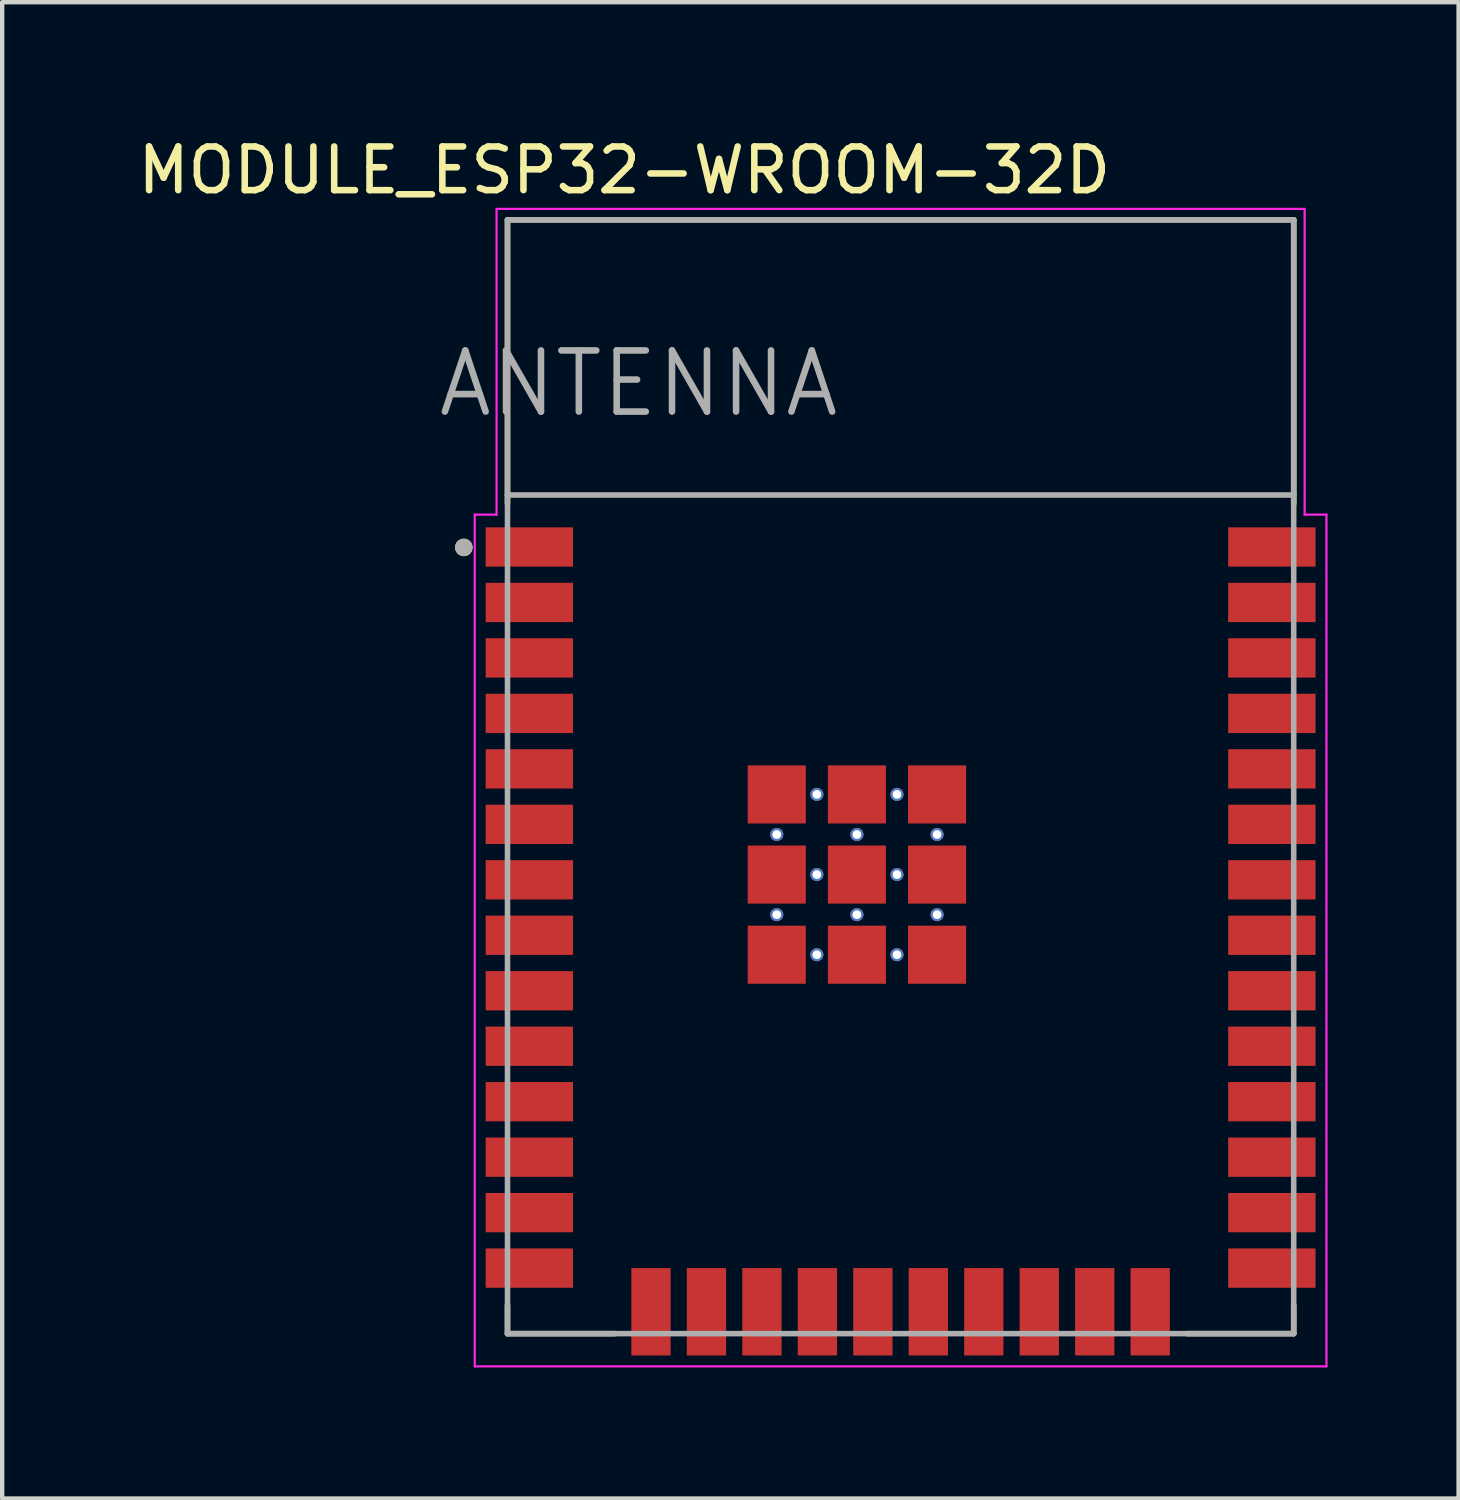
<source format=kicad_pcb>
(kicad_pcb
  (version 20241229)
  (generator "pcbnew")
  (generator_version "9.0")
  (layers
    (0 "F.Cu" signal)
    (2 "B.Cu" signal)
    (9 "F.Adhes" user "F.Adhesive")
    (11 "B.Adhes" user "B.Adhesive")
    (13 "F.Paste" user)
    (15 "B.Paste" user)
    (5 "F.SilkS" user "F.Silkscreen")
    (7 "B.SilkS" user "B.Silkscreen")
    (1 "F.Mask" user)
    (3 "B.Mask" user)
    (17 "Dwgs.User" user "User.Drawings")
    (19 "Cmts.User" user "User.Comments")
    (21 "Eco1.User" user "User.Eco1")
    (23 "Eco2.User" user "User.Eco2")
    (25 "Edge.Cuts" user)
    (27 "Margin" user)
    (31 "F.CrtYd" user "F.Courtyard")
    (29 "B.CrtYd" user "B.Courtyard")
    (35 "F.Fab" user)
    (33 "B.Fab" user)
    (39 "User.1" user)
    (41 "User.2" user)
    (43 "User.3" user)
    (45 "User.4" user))
  (footprint "MODULE_ESP32-WROOM-32D"
    (layer "F.Cu")
    (at 17.569 14.733)
    (property "Reference" "MODULE_ESP32-WROOM-32D" (at -6.325 -13.885 0) (layer "F.SilkS") (effects (font (size 1 1) (thickness 0.15))))
    (attr smd)
    (fp_line (start -9 -12.75) (end 9 -12.75) (stroke (width 0.127) (type solid)) (layer "F.SilkS"))
    (fp_line (start -9 -6.25) (end -9 -12.75) (stroke (width 0.127) (type solid)) (layer "F.SilkS"))
    (fp_line (start -9 12.1) (end -9 12.75) (stroke (width 0.127) (type solid)) (layer "F.SilkS"))
    (fp_line (start -9 12.75) (end -6.55 12.75) (stroke (width 0.127) (type solid)) (layer "F.SilkS"))
    (fp_line (start 6.55 12.75) (end 9 12.75) (stroke (width 0.127) (type solid)) (layer "F.SilkS"))
    (fp_line (start 9 -12.75) (end 9 -6.25) (stroke (width 0.127) (type solid)) (layer "F.SilkS"))
    (fp_line (start 9 12.75) (end 9 12.1) (stroke (width 0.127) (type solid)) (layer "F.SilkS"))
    (fp_circle (center -10 -5.25) (end -9.9 -5.25) (stroke (width 0.2) (type solid)) (fill no) (layer "F.SilkS"))
    (fp_line (start -9.75 -6) (end -9.25 -6) (stroke (width 0.05) (type solid)) (layer "F.CrtYd"))
    (fp_line (start -9.75 13.5) (end -9.75 -6) (stroke (width 0.05) (type solid)) (layer "F.CrtYd"))
    (fp_line (start -9.25 -13) (end 9.25 -13) (stroke (width 0.05) (type solid)) (layer "F.CrtYd"))
    (fp_line (start -9.25 -6) (end -9.25 -13) (stroke (width 0.05) (type solid)) (layer "F.CrtYd"))
    (fp_line (start 9.25 -13) (end 9.25 -6) (stroke (width 0.05) (type solid)) (layer "F.CrtYd"))
    (fp_line (start 9.25 -6) (end 9.75 -6) (stroke (width 0.05) (type solid)) (layer "F.CrtYd"))
    (fp_line (start 9.75 -6) (end 9.75 13.5) (stroke (width 0.05) (type solid)) (layer "F.CrtYd"))
    (fp_line (start 9.75 13.5) (end -9.75 13.5) (stroke (width 0.05) (type solid)) (layer "F.CrtYd"))
    (fp_line (start -9 -12.75) (end -9 -6.45) (stroke (width 0.127) (type solid)) (layer "F.Fab"))
    (fp_line (start -9 -12.75) (end 9 -12.75) (stroke (width 0.127) (type solid)) (layer "F.Fab"))
    (fp_line (start -9 -6.45) (end 9 -6.45) (stroke (width 0.127) (type solid)) (layer "F.Fab"))
    (fp_line (start -9 12.75) (end -9 -6.45) (stroke (width 0.127) (type solid)) (layer "F.Fab"))
    (fp_line (start 9 -12.75) (end 9 -6.45) (stroke (width 0.127) (type solid)) (layer "F.Fab"))
    (fp_line (start 9 -6.45) (end 9 12.75) (stroke (width 0.127) (type solid)) (layer "F.Fab"))
    (fp_line (start 9 12.75) (end -9 12.75) (stroke (width 0.127) (type solid)) (layer "F.Fab"))
    (fp_circle (center -10 -5.25) (end -9.9 -5.25) (stroke (width 0.2) (type solid)) (fill no) (layer "F.Fab"))
    (fp_text user "ANTENNA" (at -6 -9 0) (layer "F.Fab") (effects (font (size 1.4 1.4) (thickness 0.15))))
    (pad "1" smd rect (at -8.5 -5.26) (size 2 0.9) (layers "F.Cu" "F.Mask" "F.Paste"))
    (pad "2" smd rect (at -8.5 -3.99) (size 2 0.9) (layers "F.Cu" "F.Mask" "F.Paste"))
    (pad "3" smd rect (at -8.5 -2.72) (size 2 0.9) (layers "F.Cu" "F.Mask" "F.Paste"))
    (pad "4" smd rect (at -8.5 -1.45) (size 2 0.9) (layers "F.Cu" "F.Mask" "F.Paste"))
    (pad "5" smd rect (at -8.5 -0.18) (size 2 0.9) (layers "F.Cu" "F.Mask" "F.Paste"))
    (pad "6" smd rect (at -8.5 1.09) (size 2 0.9) (layers "F.Cu" "F.Mask" "F.Paste"))
    (pad "7" smd rect (at -8.5 2.36) (size 2 0.9) (layers "F.Cu" "F.Mask" "F.Paste"))
    (pad "8" smd rect (at -8.5 3.63) (size 2 0.9) (layers "F.Cu" "F.Mask" "F.Paste"))
    (pad "9" smd rect (at -8.5 4.9) (size 2 0.9) (layers "F.Cu" "F.Mask" "F.Paste"))
    (pad "10" smd rect (at -8.5 6.17) (size 2 0.9) (layers "F.Cu" "F.Mask" "F.Paste"))
    (pad "11" smd rect (at -8.5 7.44) (size 2 0.9) (layers "F.Cu" "F.Mask" "F.Paste"))
    (pad "12" smd rect (at -8.5 8.71) (size 2 0.9) (layers "F.Cu" "F.Mask" "F.Paste"))
    (pad "13" smd rect (at -8.5 9.98) (size 2 0.9) (layers "F.Cu" "F.Mask" "F.Paste"))
    (pad "14" smd rect (at -8.5 11.25) (size 2 0.9) (layers "F.Cu" "F.Mask" "F.Paste"))
    (pad "15" smd rect (at -5.715 12.25) (size 0.9 2) (layers "F.Cu" "F.Mask" "F.Paste"))
    (pad "16" smd rect (at -4.445 12.25) (size 0.9 2) (layers "F.Cu" "F.Mask" "F.Paste"))
    (pad "17" smd rect (at -3.175 12.25) (size 0.9 2) (layers "F.Cu" "F.Mask" "F.Paste"))
    (pad "18" smd rect (at -1.905 12.25) (size 0.9 2) (layers "F.Cu" "F.Mask" "F.Paste"))
    (pad "19" smd rect (at -0.635 12.25) (size 0.9 2) (layers "F.Cu" "F.Mask" "F.Paste"))
    (pad "20" smd rect (at 0.635 12.25) (size 0.9 2) (layers "F.Cu" "F.Mask" "F.Paste"))
    (pad "21" smd rect (at 1.905 12.25) (size 0.9 2) (layers "F.Cu" "F.Mask" "F.Paste"))
    (pad "22" smd rect (at 3.175 12.25) (size 0.9 2) (layers "F.Cu" "F.Mask" "F.Paste"))
    (pad "23" smd rect (at 4.445 12.25) (size 0.9 2) (layers "F.Cu" "F.Mask" "F.Paste"))
    (pad "24" smd rect (at 5.715 12.25) (size 0.9 2) (layers "F.Cu" "F.Mask" "F.Paste"))
    (pad "25" smd rect (at 8.5 11.25) (size 2 0.9) (layers "F.Cu" "F.Mask" "F.Paste"))
    (pad "26" smd rect (at 8.5 9.98) (size 2 0.9) (layers "F.Cu" "F.Mask" "F.Paste"))
    (pad "27" smd rect (at 8.5 8.71) (size 2 0.9) (layers "F.Cu" "F.Mask" "F.Paste"))
    (pad "28" smd rect (at 8.5 7.44) (size 2 0.9) (layers "F.Cu" "F.Mask" "F.Paste"))
    (pad "29" smd rect (at 8.5 6.17) (size 2 0.9) (layers "F.Cu" "F.Mask" "F.Paste"))
    (pad "30" smd rect (at 8.5 4.9) (size 2 0.9) (layers "F.Cu" "F.Mask" "F.Paste"))
    (pad "31" smd rect (at 8.5 3.63) (size 2 0.9) (layers "F.Cu" "F.Mask" "F.Paste"))
    (pad "32" smd rect (at 8.5 2.36) (size 2 0.9) (layers "F.Cu" "F.Mask" "F.Paste"))
    (pad "33" smd rect (at 8.5 1.09) (size 2 0.9) (layers "F.Cu" "F.Mask" "F.Paste"))
    (pad "34" smd rect (at 8.5 -0.18) (size 2 0.9) (layers "F.Cu" "F.Mask" "F.Paste"))
    (pad "35" smd rect (at 8.5 -1.45) (size 2 0.9) (layers "F.Cu" "F.Mask" "F.Paste"))
    (pad "36" smd rect (at 8.5 -2.72) (size 2 0.9) (layers "F.Cu" "F.Mask" "F.Paste"))
    (pad "37" smd rect (at 8.5 -3.99) (size 2 0.9) (layers "F.Cu" "F.Mask" "F.Paste"))
    (pad "38" smd rect (at 8.5 -5.26) (size 2 0.9) (layers "F.Cu" "F.Mask" "F.Paste"))
    (pad "39_1" smd rect (at -2.835 0.405) (size 1.33 1.33) (layers "F.Cu" "F.Mask" "F.Paste"))
    (pad "39_2" smd rect (at -1 0.405) (size 1.33 1.33) (layers "F.Cu" "F.Mask" "F.Paste"))
    (pad "39_3" smd rect (at 0.835 0.405) (size 1.33 1.33) (layers "F.Cu" "F.Mask" "F.Paste"))
    (pad "39_4" smd rect (at -2.835 2.24) (size 1.33 1.33) (layers "F.Cu" "F.Mask" "F.Paste"))
    (pad "39_5" smd rect (at -1 2.24) (size 1.33 1.33) (layers "F.Cu" "F.Mask" "F.Paste"))
    (pad "39_6" smd rect (at 0.835 2.24) (size 1.33 1.33) (layers "F.Cu" "F.Mask" "F.Paste"))
    (pad "39_7" smd rect (at -2.835 4.075) (size 1.33 1.33) (layers "F.Cu" "F.Mask" "F.Paste"))
    (pad "39_8" smd rect (at -1 4.075) (size 1.33 1.33) (layers "F.Cu" "F.Mask" "F.Paste"))
    (pad "39_9" smd rect (at 0.835 4.075) (size 1.33 1.33) (layers "F.Cu" "F.Mask" "F.Paste"))
    (pad "39_10" thru_hole circle (at -1.917 0.405) (size 0.3 0.3) (drill 0.2) (layers "*.Cu" "*.Mask"))
    (pad "39_11" thru_hole circle (at -0.083 0.405) (size 0.3 0.3) (drill 0.2) (layers "*.Cu" "*.Mask"))
    (pad "39_12" thru_hole circle (at -2.835 1.323) (size 0.3 0.3) (drill 0.2) (layers "*.Cu" "*.Mask"))
    (pad "39_13" thru_hole circle (at -1 1.323) (size 0.3 0.3) (drill 0.2) (layers "*.Cu" "*.Mask"))
    (pad "39_14" thru_hole circle (at 0.835 1.323) (size 0.3 0.3) (drill 0.2) (layers "*.Cu" "*.Mask"))
    (pad "39_15" thru_hole circle (at -1.917 2.24) (size 0.3 0.3) (drill 0.2) (layers "*.Cu" "*.Mask"))
    (pad "39_16" thru_hole circle (at -0.083 2.24) (size 0.3 0.3) (drill 0.2) (layers "*.Cu" "*.Mask"))
    (pad "39_17" thru_hole circle (at -2.835 3.158) (size 0.3 0.3) (drill 0.2) (layers "*.Cu" "*.Mask"))
    (pad "39_18" thru_hole circle (at -1 3.158) (size 0.3 0.3) (drill 0.2) (layers "*.Cu" "*.Mask"))
    (pad "39_19" thru_hole circle (at 0.835 3.158) (size 0.3 0.3) (drill 0.2) (layers "*.Cu" "*.Mask"))
    (pad "39_20" thru_hole circle (at -1.917 4.075) (size 0.3 0.3) (drill 0.2) (layers "*.Cu" "*.Mask"))
    (pad "39_21" thru_hole circle (at -0.083 4.075) (size 0.3 0.3) (drill 0.2) (layers "*.Cu" "*.Mask"))
    (zone (net_name "") (layer "F.Cu") (hatch full 0.508) (connect_pads) (min_thickness 0.01) (filled_areas_thickness no) (keepout (tracks not_allowed) (vias not_allowed) (pads not_allowed) (copperpour not_allowed) (footprints allowed)) (placement (enabled no)) (fill) (polygon (pts (xy 8.569 1.983) (xy 26.569 1.983) (xy 26.569 8.283) (xy 8.569 8.283))))
    (zone (net_name "") (layers "F.Cu" "B.Cu") (hatch full 0.508) (connect_pads) (min_thickness 0.01) (filled_areas_thickness no) (keepout (tracks allowed) (vias not_allowed) (pads allowed) (copperpour allowed) (footprints allowed)) (placement (enabled no)) (fill) (polygon (pts (xy 8.569 1.983) (xy 26.569 1.983) (xy 26.569 8.283) (xy 8.569 8.283)))))
  (gr_rect
    (start -3 -3)
    (end 30.344 31.258)
    (stroke (width 0.1) (type default))
    (fill no)
    (layer "Edge.Cuts")))
</source>
